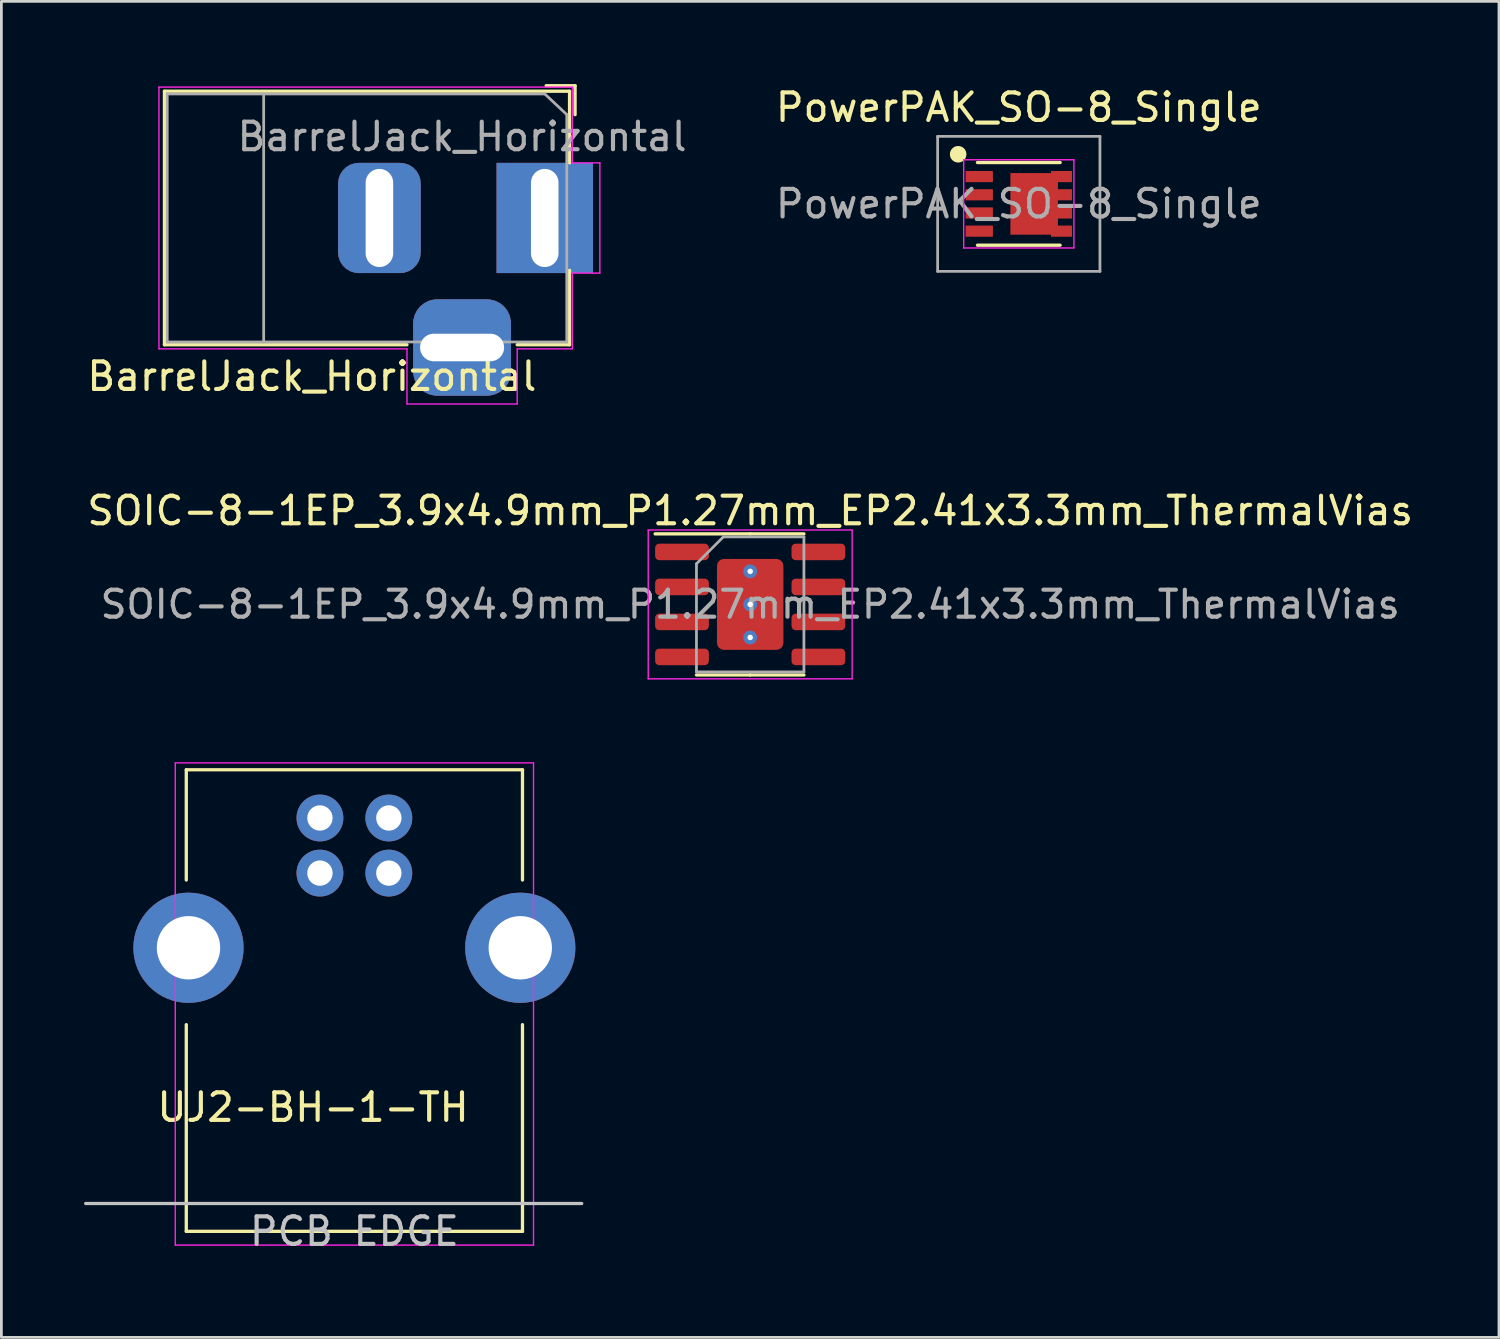
<source format=kicad_pcb>
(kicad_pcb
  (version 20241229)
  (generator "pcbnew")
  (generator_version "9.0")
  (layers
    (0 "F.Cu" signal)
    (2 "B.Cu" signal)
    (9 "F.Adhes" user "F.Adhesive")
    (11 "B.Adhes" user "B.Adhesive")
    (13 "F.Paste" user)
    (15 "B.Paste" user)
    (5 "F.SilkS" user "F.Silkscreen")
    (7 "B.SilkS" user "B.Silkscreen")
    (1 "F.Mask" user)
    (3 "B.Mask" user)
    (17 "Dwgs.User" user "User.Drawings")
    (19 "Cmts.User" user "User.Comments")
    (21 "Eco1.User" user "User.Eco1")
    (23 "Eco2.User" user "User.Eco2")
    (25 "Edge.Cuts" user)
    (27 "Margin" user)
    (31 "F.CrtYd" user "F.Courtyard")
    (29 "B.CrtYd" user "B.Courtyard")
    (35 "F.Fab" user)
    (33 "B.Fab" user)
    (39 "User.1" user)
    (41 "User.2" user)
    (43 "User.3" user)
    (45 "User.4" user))
  (footprint "SOIC-8-1EP_3.9x4.9mm_P1.27mm_EP2.41x3.3mm_ThermalVias"
    (layer "F.Cu")
    (at 24.173 18.883)
    (property "Reference" "SOIC-8-1EP_3.9x4.9mm_P1.27mm_EP2.41x3.3mm_ThermalVias" (at 0 -3.4 0) (layer "F.SilkS") (effects (font (size 1 1) (thickness 0.15))))
    (attr smd)
    (fp_poly (pts (xy -0.45 -0.6) (xy -1.05 -0.6) (xy -1.05 -1.5) (xy -0.45 -1.5)) (stroke (width 0.1) (type solid)) (fill yes) (layer "F.Mask"))
    (fp_poly (pts (xy -0.45 0.35) (xy -1.05 0.35) (xy -1.05 -0.35) (xy -0.45 -0.35)) (stroke (width 0.1) (type solid)) (fill yes) (layer "F.Mask"))
    (fp_poly (pts (xy -0.45 1.5) (xy -1.05 1.5) (xy -1.05 0.6) (xy -0.45 0.6)) (stroke (width 0.1) (type solid)) (fill yes) (layer "F.Mask"))
    (fp_poly (pts (xy 0.2 -0.45) (xy -0.2 -0.45) (xy -0.2 -0.75) (xy 0.2 -0.75)) (stroke (width 0.1) (type solid)) (fill yes) (layer "F.Mask"))
    (fp_poly (pts (xy 0.2 0.75) (xy -0.2 0.75) (xy -0.2 0.45) (xy 0.2 0.45)) (stroke (width 0.1) (type solid)) (fill yes) (layer "F.Mask"))
    (fp_poly (pts (xy 1.05 -0.6) (xy 0.45 -0.6) (xy 0.45 -1.5) (xy 1.05 -1.5)) (stroke (width 0.1) (type solid)) (fill yes) (layer "F.Mask"))
    (fp_poly (pts (xy 1.05 0.35) (xy 0.45 0.35) (xy 0.45 -0.35) (xy 1.05 -0.35)) (stroke (width 0.1) (type solid)) (fill yes) (layer "F.Mask"))
    (fp_poly (pts (xy 1.05 1.5) (xy 0.45 1.5) (xy 0.45 0.6) (xy 1.05 0.6)) (stroke (width 0.1) (type solid)) (fill yes) (layer "F.Mask"))
    (fp_line (start 0 -2.56) (end -3.45 -2.56) (stroke (width 0.12) (type solid)) (layer "F.SilkS"))
    (fp_line (start 0 -2.56) (end 1.95 -2.56) (stroke (width 0.12) (type solid)) (layer "F.SilkS"))
    (fp_line (start 0 2.56) (end -1.95 2.56) (stroke (width 0.12) (type solid)) (layer "F.SilkS"))
    (fp_line (start 0 2.56) (end 1.95 2.56) (stroke (width 0.12) (type solid)) (layer "F.SilkS"))
    (fp_poly (pts (xy -0.5 -0.65) (xy -1 -0.65) (xy -1 -1.45) (xy -0.5 -1.45)) (stroke (width 0.1) (type solid)) (fill yes) (layer "F.Paste"))
    (fp_poly (pts (xy -0.5 0.3) (xy -1 0.3) (xy -1 -0.3) (xy -0.5 -0.3)) (stroke (width 0.1) (type solid)) (fill yes) (layer "F.Paste"))
    (fp_poly (pts (xy -0.5 1.45) (xy -1 1.45) (xy -1 0.65) (xy -0.5 0.65)) (stroke (width 0.1) (type solid)) (fill yes) (layer "F.Paste"))
    (fp_poly (pts (xy 0.15 -0.5) (xy -0.15 -0.5) (xy -0.15 -0.7) (xy 0.15 -0.7)) (stroke (width 0.1) (type solid)) (fill yes) (layer "F.Paste"))
    (fp_poly (pts (xy 0.15 0.7) (xy -0.15 0.7) (xy -0.15 0.5) (xy 0.15 0.5)) (stroke (width 0.1) (type solid)) (fill yes) (layer "F.Paste"))
    (fp_poly (pts (xy 1 -0.65) (xy 0.5 -0.65) (xy 0.5 -1.45) (xy 1 -1.45)) (stroke (width 0.1) (type solid)) (fill yes) (layer "F.Paste"))
    (fp_poly (pts (xy 1 0.3) (xy 0.5 0.3) (xy 0.5 -0.3) (xy 1 -0.3)) (stroke (width 0.1) (type solid)) (fill yes) (layer "F.Paste"))
    (fp_poly (pts (xy 1 1.45) (xy 0.5 1.45) (xy 0.5 0.65) (xy 1 0.65)) (stroke (width 0.1) (type solid)) (fill yes) (layer "F.Paste"))
    (fp_line (start -3.7 -2.7) (end -3.7 2.7) (stroke (width 0.05) (type solid)) (layer "F.CrtYd"))
    (fp_line (start -3.7 2.7) (end 3.7 2.7) (stroke (width 0.05) (type solid)) (layer "F.CrtYd"))
    (fp_line (start 3.7 -2.7) (end -3.7 -2.7) (stroke (width 0.05) (type solid)) (layer "F.CrtYd"))
    (fp_line (start 3.7 2.7) (end 3.7 -2.7) (stroke (width 0.05) (type solid)) (layer "F.CrtYd"))
    (fp_line (start -1.95 -1.475) (end -0.975 -2.45) (stroke (width 0.1) (type solid)) (layer "F.Fab"))
    (fp_line (start -1.95 2.45) (end -1.95 -1.475) (stroke (width 0.1) (type solid)) (layer "F.Fab"))
    (fp_line (start -0.975 -2.45) (end 1.95 -2.45) (stroke (width 0.1) (type solid)) (layer "F.Fab"))
    (fp_line (start 1.95 -2.45) (end 1.95 2.45) (stroke (width 0.1) (type solid)) (layer "F.Fab"))
    (fp_line (start 1.95 2.45) (end -1.95 2.45) (stroke (width 0.1) (type solid)) (layer "F.Fab"))
    (fp_text user "${REFERENCE}" (at 0 0 0) (layer "F.Fab") (effects (font (size 0.98 0.98) (thickness 0.15))))
    (pad "1" smd roundrect (at -2.475 -1.905) (size 1.95 0.6) (layers "F.Cu" "F.Mask" "F.Paste") (roundrect_rratio 0.25))
    (pad "2" smd roundrect (at -2.475 -0.635) (size 1.95 0.6) (layers "F.Cu" "F.Mask" "F.Paste") (roundrect_rratio 0.25))
    (pad "3" smd roundrect (at -2.475 0.635) (size 1.95 0.6) (layers "F.Cu" "F.Mask" "F.Paste") (roundrect_rratio 0.25))
    (pad "4" smd roundrect (at -2.475 1.905) (size 1.95 0.6) (layers "F.Cu" "F.Mask" "F.Paste") (roundrect_rratio 0.25))
    (pad "5" smd roundrect (at 2.475 1.905) (size 1.95 0.6) (layers "F.Cu" "F.Mask" "F.Paste") (roundrect_rratio 0.25))
    (pad "6" smd roundrect (at 2.475 0.635) (size 1.95 0.6) (layers "F.Cu" "F.Mask" "F.Paste") (roundrect_rratio 0.25))
    (pad "7" smd roundrect (at 2.475 -0.635) (size 1.95 0.6) (layers "F.Cu" "F.Mask" "F.Paste") (roundrect_rratio 0.25))
    (pad "8" smd roundrect (at 2.475 -1.905) (size 1.95 0.6) (layers "F.Cu" "F.Mask" "F.Paste") (roundrect_rratio 0.25))
    (pad "9" thru_hole circle (at 0 -1.2) (size 0.5 0.5) (drill 0.2) (layers "*.Cu" "F.Mask"))
    (pad "9" thru_hole circle (at 0 0) (size 0.5 0.5) (drill 0.2) (layers "*.Cu" "F.Mask"))
    (pad "9" smd roundrect (at 0 0) (size 2.41 3.3) (layers "F.Cu") (roundrect_rratio 0.104))
    (pad "9" thru_hole circle (at 0 1.2) (size 0.5 0.5) (drill 0.2) (layers "*.Cu" "F.Mask")))
  (footprint "UJ2-BH-1-TH"
    (layer "F.Cu")
    (at 9.81 27.633)
    (property "Reference" "UJ2-BH-1-TH" (at -1.5 9.5 0) (layer "F.SilkS") (effects (font (size 1 1) (thickness 0.15))))
    (attr through_hole)
    (fp_line (start -6.1 -2.75) (end -6.1 1.25) (stroke (width 0.12) (type solid)) (layer "F.SilkS"))
    (fp_line (start -6.1 -2.75) (end 6.1 -2.75) (stroke (width 0.12) (type solid)) (layer "F.SilkS"))
    (fp_line (start -6.1 6.5) (end -6.1 14) (stroke (width 0.12) (type solid)) (layer "F.SilkS"))
    (fp_line (start -6.1 14) (end 6.1 14) (stroke (width 0.12) (type solid)) (layer "F.SilkS"))
    (fp_line (start 6.1 -2.75) (end 6.1 1.25) (stroke (width 0.12) (type solid)) (layer "F.SilkS"))
    (fp_line (start 6.1 6.5) (end 6.1 14) (stroke (width 0.12) (type solid)) (layer "F.SilkS"))
    (fp_line (start -9.75 12.99) (end 8.25 12.99) (stroke (width 0.12) (type solid)) (layer "Dwgs.User"))
    (fp_line (start -6.5 -3) (end -6.5 14.5) (stroke (width 0.05) (type solid)) (layer "F.CrtYd"))
    (fp_line (start -6.5 14.5) (end 6.5 14.5) (stroke (width 0.05) (type solid)) (layer "F.CrtYd"))
    (fp_line (start 6.5 -3) (end -6.5 -3) (stroke (width 0.05) (type solid)) (layer "F.CrtYd"))
    (fp_line (start 6.5 14.5) (end 6.5 -3) (stroke (width 0.05) (type solid)) (layer "F.CrtYd"))
    (fp_text user "PCB EDGE" (at 0 14 0) (layer "Dwgs.User") (effects (font (size 1 1) (thickness 0.15))))
    (pad "1" thru_hole circle (at 1.25 -1) (size 1.7 1.7) (drill 0.92) (layers "*.Cu" "*.Mask"))
    (pad "2" thru_hole circle (at -1.25 -1) (size 1.7 1.7) (drill 0.92) (layers "*.Cu" "*.Mask"))
    (pad "3" thru_hole circle (at -1.25 1) (size 1.7 1.7) (drill 0.92) (layers "*.Cu" "*.Mask"))
    (pad "4" thru_hole circle (at 1.25 1) (size 1.7 1.7) (drill 0.92) (layers "*.Cu" "*.Mask"))
    (pad "5" thru_hole circle (at -6.02 3.71) (size 4 4) (drill 2.3) (layers "*.Cu" "*.Mask"))
    (pad "5" thru_hole circle (at 6.02 3.71) (size 4 4) (drill 2.3) (layers "*.Cu" "*.Mask")))
  (footprint "BarrelJack_Horizontal"
    (layer "F.Cu")
    (at 16.718 4.86)
    (property "Reference" "BarrelJack_Horizontal" (at -8.45 5.75 0) (layer "F.SilkS") (effects (font (size 1 1) (thickness 0.15))))
    (attr through_hole)
    (fp_line (start -13.8 -4.6) (end 0.9 -4.6) (stroke (width 0.12) (type solid)) (layer "F.SilkS"))
    (fp_line (start -13.8 4.6) (end -13.8 -4.6) (stroke (width 0.12) (type solid)) (layer "F.SilkS"))
    (fp_line (start -5 4.6) (end -13.8 4.6) (stroke (width 0.12) (type solid)) (layer "F.SilkS"))
    (fp_line (start 0.05 -4.8) (end 1.1 -4.8) (stroke (width 0.12) (type solid)) (layer "F.SilkS"))
    (fp_line (start 0.9 -4.6) (end 0.9 -2) (stroke (width 0.12) (type solid)) (layer "F.SilkS"))
    (fp_line (start 0.9 1.9) (end 0.9 4.6) (stroke (width 0.12) (type solid)) (layer "F.SilkS"))
    (fp_line (start 0.9 4.6) (end -1 4.6) (stroke (width 0.12) (type solid)) (layer "F.SilkS"))
    (fp_line (start 1.1 -3.75) (end 1.1 -4.8) (stroke (width 0.12) (type solid)) (layer "F.SilkS"))
    (fp_line (start -14 4.75) (end -14 -4.75) (stroke (width 0.05) (type solid)) (layer "F.CrtYd"))
    (fp_line (start -5 4.75) (end -14 4.75) (stroke (width 0.05) (type solid)) (layer "F.CrtYd"))
    (fp_line (start -5 6.75) (end -5 4.75) (stroke (width 0.05) (type solid)) (layer "F.CrtYd"))
    (fp_line (start -1 4.75) (end -1 6.75) (stroke (width 0.05) (type solid)) (layer "F.CrtYd"))
    (fp_line (start -1 6.75) (end -5 6.75) (stroke (width 0.05) (type solid)) (layer "F.CrtYd"))
    (fp_line (start 1 -4.75) (end -14 -4.75) (stroke (width 0.05) (type solid)) (layer "F.CrtYd"))
    (fp_line (start 1 -4.5) (end 1 -4.75) (stroke (width 0.05) (type solid)) (layer "F.CrtYd"))
    (fp_line (start 1 -4.5) (end 1 -2) (stroke (width 0.05) (type solid)) (layer "F.CrtYd"))
    (fp_line (start 1 -2) (end 2 -2) (stroke (width 0.05) (type solid)) (layer "F.CrtYd"))
    (fp_line (start 1 2) (end 1 4.75) (stroke (width 0.05) (type solid)) (layer "F.CrtYd"))
    (fp_line (start 1 4.75) (end -1 4.75) (stroke (width 0.05) (type solid)) (layer "F.CrtYd"))
    (fp_line (start 2 -2) (end 2 2) (stroke (width 0.05) (type solid)) (layer "F.CrtYd"))
    (fp_line (start 2 2) (end 1 2) (stroke (width 0.05) (type solid)) (layer "F.CrtYd"))
    (fp_line (start -13.7 -4.5) (end -13.7 4.5) (stroke (width 0.1) (type solid)) (layer "F.Fab"))
    (fp_line (start -13.7 4.5) (end 0.8 4.5) (stroke (width 0.1) (type solid)) (layer "F.Fab"))
    (fp_line (start -10.2 -4.5) (end -10.2 4.5) (stroke (width 0.1) (type solid)) (layer "F.Fab"))
    (fp_line (start -0.003 -4.505) (end 0.8 -3.75) (stroke (width 0.1) (type solid)) (layer "F.Fab"))
    (fp_line (start 0 -4.5) (end -13.7 -4.5) (stroke (width 0.1) (type solid)) (layer "F.Fab"))
    (fp_line (start 0.8 4.5) (end 0.8 -3.75) (stroke (width 0.1) (type solid)) (layer "F.Fab"))
    (fp_text user "${REFERENCE}" (at -3 -2.95 0) (layer "F.Fab") (effects (font (size 1 1) (thickness 0.15))))
    (pad "1" thru_hole rect (at 0 0) (size 3.5 4) (drill oval 1 3.56) (layers "*.Cu" "*.Mask"))
    (pad "2" thru_hole roundrect (at -6 0) (size 3 4) (drill oval 1 3.56) (layers "*.Cu" "*.Mask") (roundrect_rratio 0.25))
    (pad "3" thru_hole roundrect (at -3 4.7) (size 3.55 3.5) (drill oval 3.05 1) (layers "*.Cu" "*.Mask") (roundrect_rratio 0.25)))
  (footprint "PowerPAK_SO-8_Single"
    (layer "F.Cu")
    (at 33.92 4.348)
    (property "Reference" "PowerPAK_SO-8_Single" (at 0 -3.5 0) (layer "F.SilkS") (effects (font (size 1 1) (thickness 0.15))))
    (attr smd)
    (fp_line (start -1.5 -1.5) (end 1.5 -1.5) (stroke (width 0.12) (type solid)) (layer "F.SilkS"))
    (fp_line (start -1.5 1.5) (end 1.5 1.5) (stroke (width 0.12) (type solid)) (layer "F.SilkS"))
    (fp_circle (center -2.2 -1.8) (end -2.05 -1.8) (stroke (width 0.3) (type solid)) (fill no) (layer "F.SilkS"))
    (fp_line (start -2 -1.6) (end -2 1.6) (stroke (width 0.05) (type solid)) (layer "F.CrtYd"))
    (fp_line (start -2 -1.6) (end 2 -1.6) (stroke (width 0.05) (type solid)) (layer "F.CrtYd"))
    (fp_line (start -2 1.6) (end 2 1.6) (stroke (width 0.05) (type solid)) (layer "F.CrtYd"))
    (fp_line (start 2 -1.6) (end 2 1.6) (stroke (width 0.05) (type solid)) (layer "F.CrtYd"))
    (fp_line (start -2.945 -2.45) (end 2.945 -2.45) (stroke (width 0.1) (type solid)) (layer "F.Fab"))
    (fp_line (start -2.945 2.45) (end -2.945 -2.45) (stroke (width 0.1) (type solid)) (layer "F.Fab"))
    (fp_line (start 2.945 -2.45) (end 2.945 2.45) (stroke (width 0.1) (type solid)) (layer "F.Fab"))
    (fp_line (start 2.945 2.45) (end -2.945 2.45) (stroke (width 0.1) (type solid)) (layer "F.Fab"))
    (fp_text user "${REFERENCE}" (at 0 0 0) (layer "F.Fab") (effects (font (size 1 1) (thickness 0.15))))
    (pad "1" smd rect (at -1.435 -0.99) (size 0.99 0.405) (layers "F.Cu" "F.Mask" "F.Paste"))
    (pad "2" smd rect (at -1.435 -0.33) (size 0.99 0.405) (layers "F.Cu" "F.Mask" "F.Paste"))
    (pad "3" smd rect (at -1.435 0.33) (size 0.99 0.405) (layers "F.Cu" "F.Mask" "F.Paste"))
    (pad "4" smd rect (at -1.435 0.99) (size 0.99 0.405) (layers "F.Cu" "F.Mask" "F.Paste"))
    (pad "5" smd rect (at 0.558 0) (size 1.725 2.235) (layers "F.Cu" "F.Mask" "F.Paste"))
    (pad "5" smd rect (at 1.55 -0.99) (size 0.76 0.405) (layers "F.Cu" "F.Mask" "F.Paste"))
    (pad "5" smd rect (at 1.55 -0.33) (size 0.76 0.405) (layers "F.Cu" "F.Mask" "F.Paste"))
    (pad "5" smd rect (at 1.55 0.33) (size 0.76 0.405) (layers "F.Cu" "F.Mask" "F.Paste"))
    (pad "5" smd rect (at 1.55 0.99) (size 0.76 0.405) (layers "F.Cu" "F.Mask" "F.Paste")))
  (gr_rect
    (start -3 -3)
    (end 51.345 45.481)
    (stroke (width 0.1) (type default))
    (fill no)
    (layer "Edge.Cuts")))
</source>
